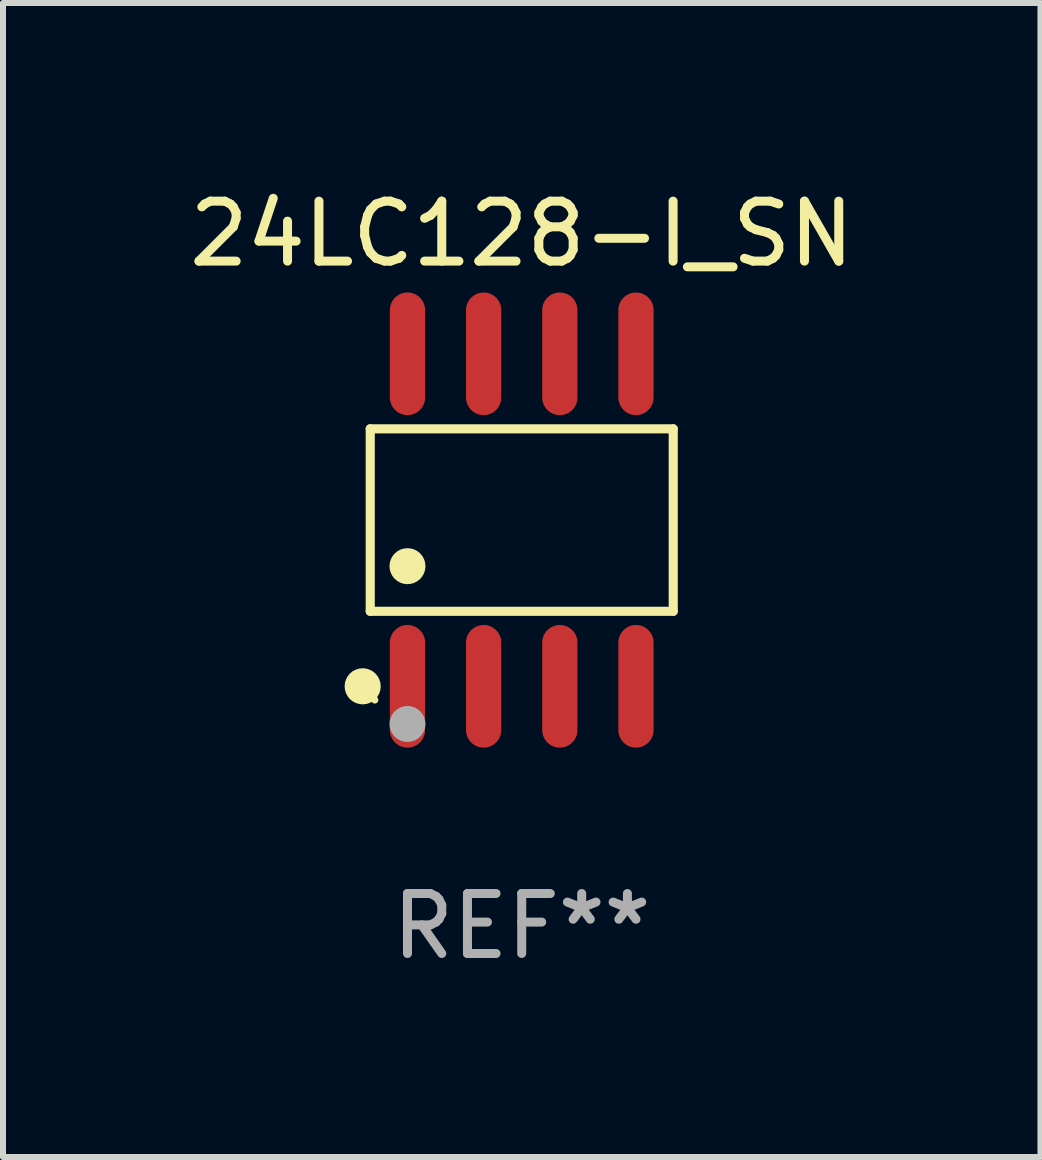
<source format=kicad_pcb>
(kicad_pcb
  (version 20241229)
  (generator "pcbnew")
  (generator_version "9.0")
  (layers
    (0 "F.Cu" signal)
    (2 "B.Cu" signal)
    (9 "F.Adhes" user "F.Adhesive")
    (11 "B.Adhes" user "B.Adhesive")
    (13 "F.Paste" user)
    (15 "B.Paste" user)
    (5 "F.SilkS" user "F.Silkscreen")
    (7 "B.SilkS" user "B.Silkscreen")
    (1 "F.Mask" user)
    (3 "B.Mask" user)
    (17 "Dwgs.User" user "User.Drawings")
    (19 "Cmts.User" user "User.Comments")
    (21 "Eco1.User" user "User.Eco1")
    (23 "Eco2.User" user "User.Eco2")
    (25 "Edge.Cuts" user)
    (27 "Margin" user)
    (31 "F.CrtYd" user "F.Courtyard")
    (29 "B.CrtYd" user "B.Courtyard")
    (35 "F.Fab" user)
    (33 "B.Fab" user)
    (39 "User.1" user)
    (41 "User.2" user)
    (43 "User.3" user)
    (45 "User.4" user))
  (footprint "24LC128-I_SN"
    (layer "F.Cu")
    (at 5.649 5.621)
    (property "Reference" "24LC128-I_SN" (at 0 -4.772 0) (layer "F.SilkS") (effects (font (size 1 1) (thickness 0.15))))
    (attr through_hole)
    (fp_line (start -2.526 -1.521) (end 2.526 -1.521) (stroke (width 0.152) (type solid)) (layer "F.SilkS"))
    (fp_line (start -2.526 1.521) (end -2.526 -1.521) (stroke (width 0.152) (type solid)) (layer "F.SilkS"))
    (fp_line (start 2.526 -1.521) (end 2.526 1.521) (stroke (width 0.152) (type solid)) (layer "F.SilkS"))
    (fp_line (start 2.526 1.521) (end -2.526 1.521) (stroke (width 0.152) (type solid)) (layer "F.SilkS"))
    (fp_circle (center -2.652 2.772) (end -2.501 2.772) (stroke (width 0.3) (type solid)) (fill no) (layer "F.SilkS"))
    (fp_circle (center -2.45 3) (end -2.42 3) (stroke (width 0.06) (type solid)) (fill no) (layer "F.SilkS"))
    (fp_circle (center -1.905 0.769) (end -1.755 0.769) (stroke (width 0.3) (type solid)) (fill no) (layer "F.SilkS"))
    (fp_circle (center -1.905 3.4) (end -1.755 3.4) (stroke (width 0.3) (type solid)) (fill no) (layer "F.Fab"))
    (fp_text user "REF**" (at 0 6.772 0) (layer "F.Fab") (effects (font (size 1 1) (thickness 0.15))))
    (pad "1" smd oval (at -1.905 2.772) (size 0.588 2.045) (layers "F.Cu" "F.Mask" "F.Paste"))
    (pad "2" smd oval (at -0.635 2.772) (size 0.588 2.045) (layers "F.Cu" "F.Mask" "F.Paste"))
    (pad "3" smd oval (at 0.635 2.772) (size 0.588 2.045) (layers "F.Cu" "F.Mask" "F.Paste"))
    (pad "4" smd oval (at 1.905 2.772) (size 0.588 2.045) (layers "F.Cu" "F.Mask" "F.Paste"))
    (pad "5" smd oval (at 1.905 -2.772) (size 0.588 2.045) (layers "F.Cu" "F.Mask" "F.Paste"))
    (pad "6" smd oval (at 0.635 -2.772) (size 0.588 2.045) (layers "F.Cu" "F.Mask" "F.Paste"))
    (pad "7" smd oval (at -0.635 -2.772) (size 0.588 2.045) (layers "F.Cu" "F.Mask" "F.Paste"))
    (pad "8" smd oval (at -1.905 -2.772) (size 0.588 2.045) (layers "F.Cu" "F.Mask" "F.Paste")))
  (gr_rect
    (start -3 -3)
    (end 14.298 16.241)
    (stroke (width 0.1) (type default))
    (fill no)
    (layer "Edge.Cuts")))
</source>
